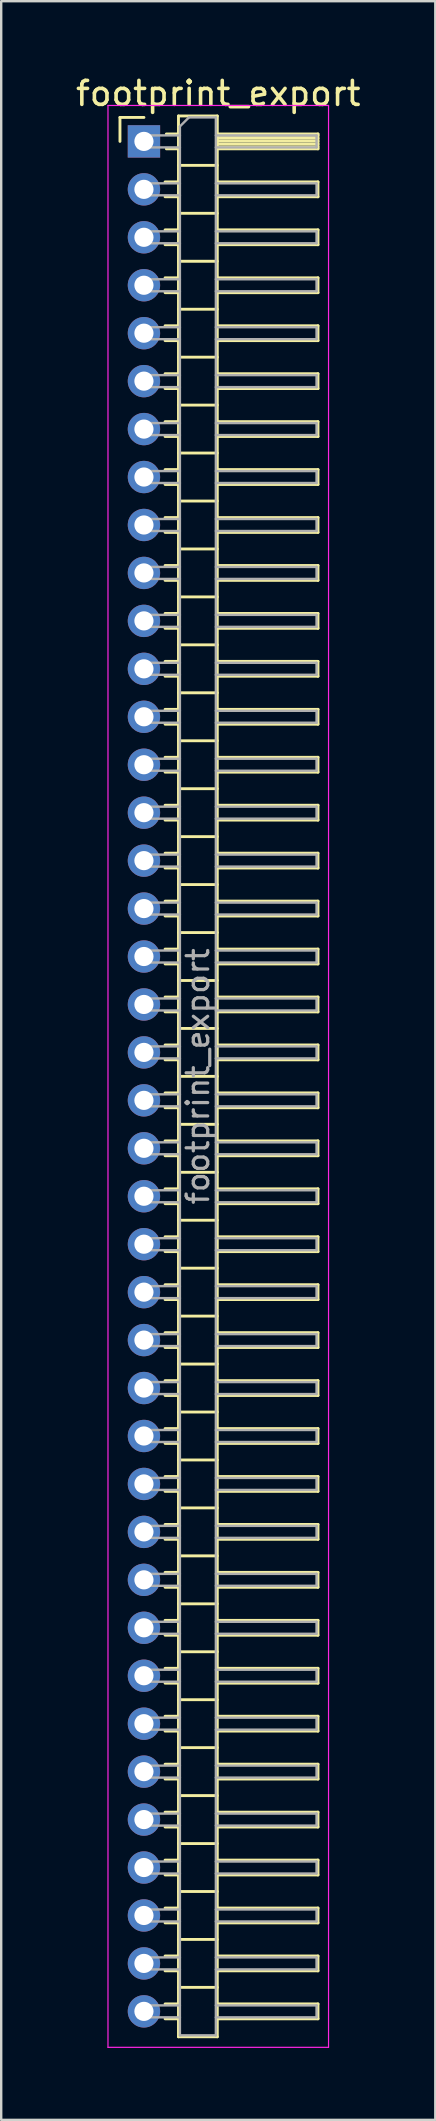
<source format=kicad_pcb>
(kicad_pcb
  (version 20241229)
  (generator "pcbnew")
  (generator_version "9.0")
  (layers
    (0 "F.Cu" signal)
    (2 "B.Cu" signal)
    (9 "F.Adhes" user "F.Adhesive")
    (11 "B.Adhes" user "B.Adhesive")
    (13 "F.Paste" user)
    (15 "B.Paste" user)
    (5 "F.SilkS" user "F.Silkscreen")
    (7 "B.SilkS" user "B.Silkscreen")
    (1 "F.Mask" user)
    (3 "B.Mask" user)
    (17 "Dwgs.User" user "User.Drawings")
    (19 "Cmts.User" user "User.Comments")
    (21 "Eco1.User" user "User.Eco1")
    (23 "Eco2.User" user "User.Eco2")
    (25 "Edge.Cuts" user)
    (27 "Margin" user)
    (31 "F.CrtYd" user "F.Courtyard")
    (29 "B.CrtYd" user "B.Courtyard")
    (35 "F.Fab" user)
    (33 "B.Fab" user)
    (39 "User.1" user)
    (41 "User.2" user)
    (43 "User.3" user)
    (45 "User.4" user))
  (footprint "footprint_export"
    (layer "F.Cu")
    (at 2.954 2.848)
    (property "Reference" "footprint_export" (at 3.1 -2 0) (layer "F.SilkS") (effects (font (size 1 1) (thickness 0.15))))
    (attr through_hole)
    (fp_line (start -1 -1) (end 0 -1) (stroke (width 0.12) (type solid)) (layer "F.SilkS"))
    (fp_line (start -1 0) (end -1 -1) (stroke (width 0.12) (type solid)) (layer "F.SilkS"))
    (fp_line (start 0.882 1.69) (end 1.44 1.69) (stroke (width 0.12) (type solid)) (layer "F.SilkS"))
    (fp_line (start 0.882 2.31) (end 1.44 2.31) (stroke (width 0.12) (type solid)) (layer "F.SilkS"))
    (fp_line (start 0.882 3.69) (end 1.44 3.69) (stroke (width 0.12) (type solid)) (layer "F.SilkS"))
    (fp_line (start 0.882 4.31) (end 1.44 4.31) (stroke (width 0.12) (type solid)) (layer "F.SilkS"))
    (fp_line (start 0.882 5.69) (end 1.44 5.69) (stroke (width 0.12) (type solid)) (layer "F.SilkS"))
    (fp_line (start 0.882 6.31) (end 1.44 6.31) (stroke (width 0.12) (type solid)) (layer "F.SilkS"))
    (fp_line (start 0.882 7.69) (end 1.44 7.69) (stroke (width 0.12) (type solid)) (layer "F.SilkS"))
    (fp_line (start 0.882 8.31) (end 1.44 8.31) (stroke (width 0.12) (type solid)) (layer "F.SilkS"))
    (fp_line (start 0.882 9.69) (end 1.44 9.69) (stroke (width 0.12) (type solid)) (layer "F.SilkS"))
    (fp_line (start 0.882 10.31) (end 1.44 10.31) (stroke (width 0.12) (type solid)) (layer "F.SilkS"))
    (fp_line (start 0.882 11.69) (end 1.44 11.69) (stroke (width 0.12) (type solid)) (layer "F.SilkS"))
    (fp_line (start 0.882 12.31) (end 1.44 12.31) (stroke (width 0.12) (type solid)) (layer "F.SilkS"))
    (fp_line (start 0.882 13.69) (end 1.44 13.69) (stroke (width 0.12) (type solid)) (layer "F.SilkS"))
    (fp_line (start 0.882 14.31) (end 1.44 14.31) (stroke (width 0.12) (type solid)) (layer "F.SilkS"))
    (fp_line (start 0.882 15.69) (end 1.44 15.69) (stroke (width 0.12) (type solid)) (layer "F.SilkS"))
    (fp_line (start 0.882 16.31) (end 1.44 16.31) (stroke (width 0.12) (type solid)) (layer "F.SilkS"))
    (fp_line (start 0.882 17.69) (end 1.44 17.69) (stroke (width 0.12) (type solid)) (layer "F.SilkS"))
    (fp_line (start 0.882 18.31) (end 1.44 18.31) (stroke (width 0.12) (type solid)) (layer "F.SilkS"))
    (fp_line (start 0.882 19.69) (end 1.44 19.69) (stroke (width 0.12) (type solid)) (layer "F.SilkS"))
    (fp_line (start 0.882 20.31) (end 1.44 20.31) (stroke (width 0.12) (type solid)) (layer "F.SilkS"))
    (fp_line (start 0.882 21.69) (end 1.44 21.69) (stroke (width 0.12) (type solid)) (layer "F.SilkS"))
    (fp_line (start 0.882 22.31) (end 1.44 22.31) (stroke (width 0.12) (type solid)) (layer "F.SilkS"))
    (fp_line (start 0.882 23.69) (end 1.44 23.69) (stroke (width 0.12) (type solid)) (layer "F.SilkS"))
    (fp_line (start 0.882 24.31) (end 1.44 24.31) (stroke (width 0.12) (type solid)) (layer "F.SilkS"))
    (fp_line (start 0.882 25.69) (end 1.44 25.69) (stroke (width 0.12) (type solid)) (layer "F.SilkS"))
    (fp_line (start 0.882 26.31) (end 1.44 26.31) (stroke (width 0.12) (type solid)) (layer "F.SilkS"))
    (fp_line (start 0.882 27.69) (end 1.44 27.69) (stroke (width 0.12) (type solid)) (layer "F.SilkS"))
    (fp_line (start 0.882 28.31) (end 1.44 28.31) (stroke (width 0.12) (type solid)) (layer "F.SilkS"))
    (fp_line (start 0.882 29.69) (end 1.44 29.69) (stroke (width 0.12) (type solid)) (layer "F.SilkS"))
    (fp_line (start 0.882 30.31) (end 1.44 30.31) (stroke (width 0.12) (type solid)) (layer "F.SilkS"))
    (fp_line (start 0.882 31.69) (end 1.44 31.69) (stroke (width 0.12) (type solid)) (layer "F.SilkS"))
    (fp_line (start 0.882 32.31) (end 1.44 32.31) (stroke (width 0.12) (type solid)) (layer "F.SilkS"))
    (fp_line (start 0.882 33.69) (end 1.44 33.69) (stroke (width 0.12) (type solid)) (layer "F.SilkS"))
    (fp_line (start 0.882 34.31) (end 1.44 34.31) (stroke (width 0.12) (type solid)) (layer "F.SilkS"))
    (fp_line (start 0.882 35.69) (end 1.44 35.69) (stroke (width 0.12) (type solid)) (layer "F.SilkS"))
    (fp_line (start 0.882 36.31) (end 1.44 36.31) (stroke (width 0.12) (type solid)) (layer "F.SilkS"))
    (fp_line (start 0.882 37.69) (end 1.44 37.69) (stroke (width 0.12) (type solid)) (layer "F.SilkS"))
    (fp_line (start 0.882 38.31) (end 1.44 38.31) (stroke (width 0.12) (type solid)) (layer "F.SilkS"))
    (fp_line (start 0.882 39.69) (end 1.44 39.69) (stroke (width 0.12) (type solid)) (layer "F.SilkS"))
    (fp_line (start 0.882 40.31) (end 1.44 40.31) (stroke (width 0.12) (type solid)) (layer "F.SilkS"))
    (fp_line (start 0.882 41.69) (end 1.44 41.69) (stroke (width 0.12) (type solid)) (layer "F.SilkS"))
    (fp_line (start 0.882 42.31) (end 1.44 42.31) (stroke (width 0.12) (type solid)) (layer "F.SilkS"))
    (fp_line (start 0.882 43.69) (end 1.44 43.69) (stroke (width 0.12) (type solid)) (layer "F.SilkS"))
    (fp_line (start 0.882 44.31) (end 1.44 44.31) (stroke (width 0.12) (type solid)) (layer "F.SilkS"))
    (fp_line (start 0.882 45.69) (end 1.44 45.69) (stroke (width 0.12) (type solid)) (layer "F.SilkS"))
    (fp_line (start 0.882 46.31) (end 1.44 46.31) (stroke (width 0.12) (type solid)) (layer "F.SilkS"))
    (fp_line (start 0.882 47.69) (end 1.44 47.69) (stroke (width 0.12) (type solid)) (layer "F.SilkS"))
    (fp_line (start 0.882 48.31) (end 1.44 48.31) (stroke (width 0.12) (type solid)) (layer "F.SilkS"))
    (fp_line (start 0.882 49.69) (end 1.44 49.69) (stroke (width 0.12) (type solid)) (layer "F.SilkS"))
    (fp_line (start 0.882 50.31) (end 1.44 50.31) (stroke (width 0.12) (type solid)) (layer "F.SilkS"))
    (fp_line (start 0.882 51.69) (end 1.44 51.69) (stroke (width 0.12) (type solid)) (layer "F.SilkS"))
    (fp_line (start 0.882 52.31) (end 1.44 52.31) (stroke (width 0.12) (type solid)) (layer "F.SilkS"))
    (fp_line (start 0.882 53.69) (end 1.44 53.69) (stroke (width 0.12) (type solid)) (layer "F.SilkS"))
    (fp_line (start 0.882 54.31) (end 1.44 54.31) (stroke (width 0.12) (type solid)) (layer "F.SilkS"))
    (fp_line (start 0.882 55.69) (end 1.44 55.69) (stroke (width 0.12) (type solid)) (layer "F.SilkS"))
    (fp_line (start 0.882 56.31) (end 1.44 56.31) (stroke (width 0.12) (type solid)) (layer "F.SilkS"))
    (fp_line (start 0.882 57.69) (end 1.44 57.69) (stroke (width 0.12) (type solid)) (layer "F.SilkS"))
    (fp_line (start 0.882 58.31) (end 1.44 58.31) (stroke (width 0.12) (type solid)) (layer "F.SilkS"))
    (fp_line (start 0.882 59.69) (end 1.44 59.69) (stroke (width 0.12) (type solid)) (layer "F.SilkS"))
    (fp_line (start 0.882 60.31) (end 1.44 60.31) (stroke (width 0.12) (type solid)) (layer "F.SilkS"))
    (fp_line (start 0.882 61.69) (end 1.44 61.69) (stroke (width 0.12) (type solid)) (layer "F.SilkS"))
    (fp_line (start 0.882 62.31) (end 1.44 62.31) (stroke (width 0.12) (type solid)) (layer "F.SilkS"))
    (fp_line (start 0.882 63.69) (end 1.44 63.69) (stroke (width 0.12) (type solid)) (layer "F.SilkS"))
    (fp_line (start 0.882 64.31) (end 1.44 64.31) (stroke (width 0.12) (type solid)) (layer "F.SilkS"))
    (fp_line (start 0.882 65.69) (end 1.44 65.69) (stroke (width 0.12) (type solid)) (layer "F.SilkS"))
    (fp_line (start 0.882 66.31) (end 1.44 66.31) (stroke (width 0.12) (type solid)) (layer "F.SilkS"))
    (fp_line (start 0.882 67.69) (end 1.44 67.69) (stroke (width 0.12) (type solid)) (layer "F.SilkS"))
    (fp_line (start 0.882 68.31) (end 1.44 68.31) (stroke (width 0.12) (type solid)) (layer "F.SilkS"))
    (fp_line (start 0.882 69.69) (end 1.44 69.69) (stroke (width 0.12) (type solid)) (layer "F.SilkS"))
    (fp_line (start 0.882 70.31) (end 1.44 70.31) (stroke (width 0.12) (type solid)) (layer "F.SilkS"))
    (fp_line (start 0.882 71.69) (end 1.44 71.69) (stroke (width 0.12) (type solid)) (layer "F.SilkS"))
    (fp_line (start 0.882 72.31) (end 1.44 72.31) (stroke (width 0.12) (type solid)) (layer "F.SilkS"))
    (fp_line (start 0.882 73.69) (end 1.44 73.69) (stroke (width 0.12) (type solid)) (layer "F.SilkS"))
    (fp_line (start 0.882 74.31) (end 1.44 74.31) (stroke (width 0.12) (type solid)) (layer "F.SilkS"))
    (fp_line (start 0.882 75.69) (end 1.44 75.69) (stroke (width 0.12) (type solid)) (layer "F.SilkS"))
    (fp_line (start 0.882 76.31) (end 1.44 76.31) (stroke (width 0.12) (type solid)) (layer "F.SilkS"))
    (fp_line (start 0.882 77.69) (end 1.44 77.69) (stroke (width 0.12) (type solid)) (layer "F.SilkS"))
    (fp_line (start 0.882 78.31) (end 1.44 78.31) (stroke (width 0.12) (type solid)) (layer "F.SilkS"))
    (fp_line (start 0.935 -0.31) (end 1.44 -0.31) (stroke (width 0.12) (type solid)) (layer "F.SilkS"))
    (fp_line (start 0.935 0.31) (end 1.44 0.31) (stroke (width 0.12) (type solid)) (layer "F.SilkS"))
    (fp_line (start 1.44 -1.06) (end 1.44 79.06) (stroke (width 0.12) (type solid)) (layer "F.SilkS"))
    (fp_line (start 1.44 1) (end 3.06 1) (stroke (width 0.12) (type solid)) (layer "F.SilkS"))
    (fp_line (start 1.44 3) (end 3.06 3) (stroke (width 0.12) (type solid)) (layer "F.SilkS"))
    (fp_line (start 1.44 5) (end 3.06 5) (stroke (width 0.12) (type solid)) (layer "F.SilkS"))
    (fp_line (start 1.44 7) (end 3.06 7) (stroke (width 0.12) (type solid)) (layer "F.SilkS"))
    (fp_line (start 1.44 9) (end 3.06 9) (stroke (width 0.12) (type solid)) (layer "F.SilkS"))
    (fp_line (start 1.44 11) (end 3.06 11) (stroke (width 0.12) (type solid)) (layer "F.SilkS"))
    (fp_line (start 1.44 13) (end 3.06 13) (stroke (width 0.12) (type solid)) (layer "F.SilkS"))
    (fp_line (start 1.44 15) (end 3.06 15) (stroke (width 0.12) (type solid)) (layer "F.SilkS"))
    (fp_line (start 1.44 17) (end 3.06 17) (stroke (width 0.12) (type solid)) (layer "F.SilkS"))
    (fp_line (start 1.44 19) (end 3.06 19) (stroke (width 0.12) (type solid)) (layer "F.SilkS"))
    (fp_line (start 1.44 21) (end 3.06 21) (stroke (width 0.12) (type solid)) (layer "F.SilkS"))
    (fp_line (start 1.44 23) (end 3.06 23) (stroke (width 0.12) (type solid)) (layer "F.SilkS"))
    (fp_line (start 1.44 25) (end 3.06 25) (stroke (width 0.12) (type solid)) (layer "F.SilkS"))
    (fp_line (start 1.44 27) (end 3.06 27) (stroke (width 0.12) (type solid)) (layer "F.SilkS"))
    (fp_line (start 1.44 29) (end 3.06 29) (stroke (width 0.12) (type solid)) (layer "F.SilkS"))
    (fp_line (start 1.44 31) (end 3.06 31) (stroke (width 0.12) (type solid)) (layer "F.SilkS"))
    (fp_line (start 1.44 33) (end 3.06 33) (stroke (width 0.12) (type solid)) (layer "F.SilkS"))
    (fp_line (start 1.44 35) (end 3.06 35) (stroke (width 0.12) (type solid)) (layer "F.SilkS"))
    (fp_line (start 1.44 37) (end 3.06 37) (stroke (width 0.12) (type solid)) (layer "F.SilkS"))
    (fp_line (start 1.44 39) (end 3.06 39) (stroke (width 0.12) (type solid)) (layer "F.SilkS"))
    (fp_line (start 1.44 41) (end 3.06 41) (stroke (width 0.12) (type solid)) (layer "F.SilkS"))
    (fp_line (start 1.44 43) (end 3.06 43) (stroke (width 0.12) (type solid)) (layer "F.SilkS"))
    (fp_line (start 1.44 45) (end 3.06 45) (stroke (width 0.12) (type solid)) (layer "F.SilkS"))
    (fp_line (start 1.44 47) (end 3.06 47) (stroke (width 0.12) (type solid)) (layer "F.SilkS"))
    (fp_line (start 1.44 49) (end 3.06 49) (stroke (width 0.12) (type solid)) (layer "F.SilkS"))
    (fp_line (start 1.44 51) (end 3.06 51) (stroke (width 0.12) (type solid)) (layer "F.SilkS"))
    (fp_line (start 1.44 53) (end 3.06 53) (stroke (width 0.12) (type solid)) (layer "F.SilkS"))
    (fp_line (start 1.44 55) (end 3.06 55) (stroke (width 0.12) (type solid)) (layer "F.SilkS"))
    (fp_line (start 1.44 57) (end 3.06 57) (stroke (width 0.12) (type solid)) (layer "F.SilkS"))
    (fp_line (start 1.44 59) (end 3.06 59) (stroke (width 0.12) (type solid)) (layer "F.SilkS"))
    (fp_line (start 1.44 61) (end 3.06 61) (stroke (width 0.12) (type solid)) (layer "F.SilkS"))
    (fp_line (start 1.44 63) (end 3.06 63) (stroke (width 0.12) (type solid)) (layer "F.SilkS"))
    (fp_line (start 1.44 65) (end 3.06 65) (stroke (width 0.12) (type solid)) (layer "F.SilkS"))
    (fp_line (start 1.44 67) (end 3.06 67) (stroke (width 0.12) (type solid)) (layer "F.SilkS"))
    (fp_line (start 1.44 69) (end 3.06 69) (stroke (width 0.12) (type solid)) (layer "F.SilkS"))
    (fp_line (start 1.44 71) (end 3.06 71) (stroke (width 0.12) (type solid)) (layer "F.SilkS"))
    (fp_line (start 1.44 73) (end 3.06 73) (stroke (width 0.12) (type solid)) (layer "F.SilkS"))
    (fp_line (start 1.44 75) (end 3.06 75) (stroke (width 0.12) (type solid)) (layer "F.SilkS"))
    (fp_line (start 1.44 77) (end 3.06 77) (stroke (width 0.12) (type solid)) (layer "F.SilkS"))
    (fp_line (start 1.44 79.06) (end 3.06 79.06) (stroke (width 0.12) (type solid)) (layer "F.SilkS"))
    (fp_line (start 3.06 -1.06) (end 1.44 -1.06) (stroke (width 0.12) (type solid)) (layer "F.SilkS"))
    (fp_line (start 3.06 -0.31) (end 7.26 -0.31) (stroke (width 0.12) (type solid)) (layer "F.SilkS"))
    (fp_line (start 3.06 -0.25) (end 7.26 -0.25) (stroke (width 0.12) (type solid)) (layer "F.SilkS"))
    (fp_line (start 3.06 -0.13) (end 7.26 -0.13) (stroke (width 0.12) (type solid)) (layer "F.SilkS"))
    (fp_line (start 3.06 -0.01) (end 7.26 -0.01) (stroke (width 0.12) (type solid)) (layer "F.SilkS"))
    (fp_line (start 3.06 0.11) (end 7.26 0.11) (stroke (width 0.12) (type solid)) (layer "F.SilkS"))
    (fp_line (start 3.06 0.23) (end 7.26 0.23) (stroke (width 0.12) (type solid)) (layer "F.SilkS"))
    (fp_line (start 3.06 1.69) (end 7.26 1.69) (stroke (width 0.12) (type solid)) (layer "F.SilkS"))
    (fp_line (start 3.06 3.69) (end 7.26 3.69) (stroke (width 0.12) (type solid)) (layer "F.SilkS"))
    (fp_line (start 3.06 5.69) (end 7.26 5.69) (stroke (width 0.12) (type solid)) (layer "F.SilkS"))
    (fp_line (start 3.06 7.69) (end 7.26 7.69) (stroke (width 0.12) (type solid)) (layer "F.SilkS"))
    (fp_line (start 3.06 9.69) (end 7.26 9.69) (stroke (width 0.12) (type solid)) (layer "F.SilkS"))
    (fp_line (start 3.06 11.69) (end 7.26 11.69) (stroke (width 0.12) (type solid)) (layer "F.SilkS"))
    (fp_line (start 3.06 13.69) (end 7.26 13.69) (stroke (width 0.12) (type solid)) (layer "F.SilkS"))
    (fp_line (start 3.06 15.69) (end 7.26 15.69) (stroke (width 0.12) (type solid)) (layer "F.SilkS"))
    (fp_line (start 3.06 17.69) (end 7.26 17.69) (stroke (width 0.12) (type solid)) (layer "F.SilkS"))
    (fp_line (start 3.06 19.69) (end 7.26 19.69) (stroke (width 0.12) (type solid)) (layer "F.SilkS"))
    (fp_line (start 3.06 21.69) (end 7.26 21.69) (stroke (width 0.12) (type solid)) (layer "F.SilkS"))
    (fp_line (start 3.06 23.69) (end 7.26 23.69) (stroke (width 0.12) (type solid)) (layer "F.SilkS"))
    (fp_line (start 3.06 25.69) (end 7.26 25.69) (stroke (width 0.12) (type solid)) (layer "F.SilkS"))
    (fp_line (start 3.06 27.69) (end 7.26 27.69) (stroke (width 0.12) (type solid)) (layer "F.SilkS"))
    (fp_line (start 3.06 29.69) (end 7.26 29.69) (stroke (width 0.12) (type solid)) (layer "F.SilkS"))
    (fp_line (start 3.06 31.69) (end 7.26 31.69) (stroke (width 0.12) (type solid)) (layer "F.SilkS"))
    (fp_line (start 3.06 33.69) (end 7.26 33.69) (stroke (width 0.12) (type solid)) (layer "F.SilkS"))
    (fp_line (start 3.06 35.69) (end 7.26 35.69) (stroke (width 0.12) (type solid)) (layer "F.SilkS"))
    (fp_line (start 3.06 37.69) (end 7.26 37.69) (stroke (width 0.12) (type solid)) (layer "F.SilkS"))
    (fp_line (start 3.06 39.69) (end 7.26 39.69) (stroke (width 0.12) (type solid)) (layer "F.SilkS"))
    (fp_line (start 3.06 41.69) (end 7.26 41.69) (stroke (width 0.12) (type solid)) (layer "F.SilkS"))
    (fp_line (start 3.06 43.69) (end 7.26 43.69) (stroke (width 0.12) (type solid)) (layer "F.SilkS"))
    (fp_line (start 3.06 45.69) (end 7.26 45.69) (stroke (width 0.12) (type solid)) (layer "F.SilkS"))
    (fp_line (start 3.06 47.69) (end 7.26 47.69) (stroke (width 0.12) (type solid)) (layer "F.SilkS"))
    (fp_line (start 3.06 49.69) (end 7.26 49.69) (stroke (width 0.12) (type solid)) (layer "F.SilkS"))
    (fp_line (start 3.06 51.69) (end 7.26 51.69) (stroke (width 0.12) (type solid)) (layer "F.SilkS"))
    (fp_line (start 3.06 53.69) (end 7.26 53.69) (stroke (width 0.12) (type solid)) (layer "F.SilkS"))
    (fp_line (start 3.06 55.69) (end 7.26 55.69) (stroke (width 0.12) (type solid)) (layer "F.SilkS"))
    (fp_line (start 3.06 57.69) (end 7.26 57.69) (stroke (width 0.12) (type solid)) (layer "F.SilkS"))
    (fp_line (start 3.06 59.69) (end 7.26 59.69) (stroke (width 0.12) (type solid)) (layer "F.SilkS"))
    (fp_line (start 3.06 61.69) (end 7.26 61.69) (stroke (width 0.12) (type solid)) (layer "F.SilkS"))
    (fp_line (start 3.06 63.69) (end 7.26 63.69) (stroke (width 0.12) (type solid)) (layer "F.SilkS"))
    (fp_line (start 3.06 65.69) (end 7.26 65.69) (stroke (width 0.12) (type solid)) (layer "F.SilkS"))
    (fp_line (start 3.06 67.69) (end 7.26 67.69) (stroke (width 0.12) (type solid)) (layer "F.SilkS"))
    (fp_line (start 3.06 69.69) (end 7.26 69.69) (stroke (width 0.12) (type solid)) (layer "F.SilkS"))
    (fp_line (start 3.06 71.69) (end 7.26 71.69) (stroke (width 0.12) (type solid)) (layer "F.SilkS"))
    (fp_line (start 3.06 73.69) (end 7.26 73.69) (stroke (width 0.12) (type solid)) (layer "F.SilkS"))
    (fp_line (start 3.06 75.69) (end 7.26 75.69) (stroke (width 0.12) (type solid)) (layer "F.SilkS"))
    (fp_line (start 3.06 77.69) (end 7.26 77.69) (stroke (width 0.12) (type solid)) (layer "F.SilkS"))
    (fp_line (start 3.06 79.06) (end 3.06 -1.06) (stroke (width 0.12) (type solid)) (layer "F.SilkS"))
    (fp_line (start 7.26 -0.31) (end 7.26 0.31) (stroke (width 0.12) (type solid)) (layer "F.SilkS"))
    (fp_line (start 7.26 0.31) (end 3.06 0.31) (stroke (width 0.12) (type solid)) (layer "F.SilkS"))
    (fp_line (start 7.26 1.69) (end 7.26 2.31) (stroke (width 0.12) (type solid)) (layer "F.SilkS"))
    (fp_line (start 7.26 2.31) (end 3.06 2.31) (stroke (width 0.12) (type solid)) (layer "F.SilkS"))
    (fp_line (start 7.26 3.69) (end 7.26 4.31) (stroke (width 0.12) (type solid)) (layer "F.SilkS"))
    (fp_line (start 7.26 4.31) (end 3.06 4.31) (stroke (width 0.12) (type solid)) (layer "F.SilkS"))
    (fp_line (start 7.26 5.69) (end 7.26 6.31) (stroke (width 0.12) (type solid)) (layer "F.SilkS"))
    (fp_line (start 7.26 6.31) (end 3.06 6.31) (stroke (width 0.12) (type solid)) (layer "F.SilkS"))
    (fp_line (start 7.26 7.69) (end 7.26 8.31) (stroke (width 0.12) (type solid)) (layer "F.SilkS"))
    (fp_line (start 7.26 8.31) (end 3.06 8.31) (stroke (width 0.12) (type solid)) (layer "F.SilkS"))
    (fp_line (start 7.26 9.69) (end 7.26 10.31) (stroke (width 0.12) (type solid)) (layer "F.SilkS"))
    (fp_line (start 7.26 10.31) (end 3.06 10.31) (stroke (width 0.12) (type solid)) (layer "F.SilkS"))
    (fp_line (start 7.26 11.69) (end 7.26 12.31) (stroke (width 0.12) (type solid)) (layer "F.SilkS"))
    (fp_line (start 7.26 12.31) (end 3.06 12.31) (stroke (width 0.12) (type solid)) (layer "F.SilkS"))
    (fp_line (start 7.26 13.69) (end 7.26 14.31) (stroke (width 0.12) (type solid)) (layer "F.SilkS"))
    (fp_line (start 7.26 14.31) (end 3.06 14.31) (stroke (width 0.12) (type solid)) (layer "F.SilkS"))
    (fp_line (start 7.26 15.69) (end 7.26 16.31) (stroke (width 0.12) (type solid)) (layer "F.SilkS"))
    (fp_line (start 7.26 16.31) (end 3.06 16.31) (stroke (width 0.12) (type solid)) (layer "F.SilkS"))
    (fp_line (start 7.26 17.69) (end 7.26 18.31) (stroke (width 0.12) (type solid)) (layer "F.SilkS"))
    (fp_line (start 7.26 18.31) (end 3.06 18.31) (stroke (width 0.12) (type solid)) (layer "F.SilkS"))
    (fp_line (start 7.26 19.69) (end 7.26 20.31) (stroke (width 0.12) (type solid)) (layer "F.SilkS"))
    (fp_line (start 7.26 20.31) (end 3.06 20.31) (stroke (width 0.12) (type solid)) (layer "F.SilkS"))
    (fp_line (start 7.26 21.69) (end 7.26 22.31) (stroke (width 0.12) (type solid)) (layer "F.SilkS"))
    (fp_line (start 7.26 22.31) (end 3.06 22.31) (stroke (width 0.12) (type solid)) (layer "F.SilkS"))
    (fp_line (start 7.26 23.69) (end 7.26 24.31) (stroke (width 0.12) (type solid)) (layer "F.SilkS"))
    (fp_line (start 7.26 24.31) (end 3.06 24.31) (stroke (width 0.12) (type solid)) (layer "F.SilkS"))
    (fp_line (start 7.26 25.69) (end 7.26 26.31) (stroke (width 0.12) (type solid)) (layer "F.SilkS"))
    (fp_line (start 7.26 26.31) (end 3.06 26.31) (stroke (width 0.12) (type solid)) (layer "F.SilkS"))
    (fp_line (start 7.26 27.69) (end 7.26 28.31) (stroke (width 0.12) (type solid)) (layer "F.SilkS"))
    (fp_line (start 7.26 28.31) (end 3.06 28.31) (stroke (width 0.12) (type solid)) (layer "F.SilkS"))
    (fp_line (start 7.26 29.69) (end 7.26 30.31) (stroke (width 0.12) (type solid)) (layer "F.SilkS"))
    (fp_line (start 7.26 30.31) (end 3.06 30.31) (stroke (width 0.12) (type solid)) (layer "F.SilkS"))
    (fp_line (start 7.26 31.69) (end 7.26 32.31) (stroke (width 0.12) (type solid)) (layer "F.SilkS"))
    (fp_line (start 7.26 32.31) (end 3.06 32.31) (stroke (width 0.12) (type solid)) (layer "F.SilkS"))
    (fp_line (start 7.26 33.69) (end 7.26 34.31) (stroke (width 0.12) (type solid)) (layer "F.SilkS"))
    (fp_line (start 7.26 34.31) (end 3.06 34.31) (stroke (width 0.12) (type solid)) (layer "F.SilkS"))
    (fp_line (start 7.26 35.69) (end 7.26 36.31) (stroke (width 0.12) (type solid)) (layer "F.SilkS"))
    (fp_line (start 7.26 36.31) (end 3.06 36.31) (stroke (width 0.12) (type solid)) (layer "F.SilkS"))
    (fp_line (start 7.26 37.69) (end 7.26 38.31) (stroke (width 0.12) (type solid)) (layer "F.SilkS"))
    (fp_line (start 7.26 38.31) (end 3.06 38.31) (stroke (width 0.12) (type solid)) (layer "F.SilkS"))
    (fp_line (start 7.26 39.69) (end 7.26 40.31) (stroke (width 0.12) (type solid)) (layer "F.SilkS"))
    (fp_line (start 7.26 40.31) (end 3.06 40.31) (stroke (width 0.12) (type solid)) (layer "F.SilkS"))
    (fp_line (start 7.26 41.69) (end 7.26 42.31) (stroke (width 0.12) (type solid)) (layer "F.SilkS"))
    (fp_line (start 7.26 42.31) (end 3.06 42.31) (stroke (width 0.12) (type solid)) (layer "F.SilkS"))
    (fp_line (start 7.26 43.69) (end 7.26 44.31) (stroke (width 0.12) (type solid)) (layer "F.SilkS"))
    (fp_line (start 7.26 44.31) (end 3.06 44.31) (stroke (width 0.12) (type solid)) (layer "F.SilkS"))
    (fp_line (start 7.26 45.69) (end 7.26 46.31) (stroke (width 0.12) (type solid)) (layer "F.SilkS"))
    (fp_line (start 7.26 46.31) (end 3.06 46.31) (stroke (width 0.12) (type solid)) (layer "F.SilkS"))
    (fp_line (start 7.26 47.69) (end 7.26 48.31) (stroke (width 0.12) (type solid)) (layer "F.SilkS"))
    (fp_line (start 7.26 48.31) (end 3.06 48.31) (stroke (width 0.12) (type solid)) (layer "F.SilkS"))
    (fp_line (start 7.26 49.69) (end 7.26 50.31) (stroke (width 0.12) (type solid)) (layer "F.SilkS"))
    (fp_line (start 7.26 50.31) (end 3.06 50.31) (stroke (width 0.12) (type solid)) (layer "F.SilkS"))
    (fp_line (start 7.26 51.69) (end 7.26 52.31) (stroke (width 0.12) (type solid)) (layer "F.SilkS"))
    (fp_line (start 7.26 52.31) (end 3.06 52.31) (stroke (width 0.12) (type solid)) (layer "F.SilkS"))
    (fp_line (start 7.26 53.69) (end 7.26 54.31) (stroke (width 0.12) (type solid)) (layer "F.SilkS"))
    (fp_line (start 7.26 54.31) (end 3.06 54.31) (stroke (width 0.12) (type solid)) (layer "F.SilkS"))
    (fp_line (start 7.26 55.69) (end 7.26 56.31) (stroke (width 0.12) (type solid)) (layer "F.SilkS"))
    (fp_line (start 7.26 56.31) (end 3.06 56.31) (stroke (width 0.12) (type solid)) (layer "F.SilkS"))
    (fp_line (start 7.26 57.69) (end 7.26 58.31) (stroke (width 0.12) (type solid)) (layer "F.SilkS"))
    (fp_line (start 7.26 58.31) (end 3.06 58.31) (stroke (width 0.12) (type solid)) (layer "F.SilkS"))
    (fp_line (start 7.26 59.69) (end 7.26 60.31) (stroke (width 0.12) (type solid)) (layer "F.SilkS"))
    (fp_line (start 7.26 60.31) (end 3.06 60.31) (stroke (width 0.12) (type solid)) (layer "F.SilkS"))
    (fp_line (start 7.26 61.69) (end 7.26 62.31) (stroke (width 0.12) (type solid)) (layer "F.SilkS"))
    (fp_line (start 7.26 62.31) (end 3.06 62.31) (stroke (width 0.12) (type solid)) (layer "F.SilkS"))
    (fp_line (start 7.26 63.69) (end 7.26 64.31) (stroke (width 0.12) (type solid)) (layer "F.SilkS"))
    (fp_line (start 7.26 64.31) (end 3.06 64.31) (stroke (width 0.12) (type solid)) (layer "F.SilkS"))
    (fp_line (start 7.26 65.69) (end 7.26 66.31) (stroke (width 0.12) (type solid)) (layer "F.SilkS"))
    (fp_line (start 7.26 66.31) (end 3.06 66.31) (stroke (width 0.12) (type solid)) (layer "F.SilkS"))
    (fp_line (start 7.26 67.69) (end 7.26 68.31) (stroke (width 0.12) (type solid)) (layer "F.SilkS"))
    (fp_line (start 7.26 68.31) (end 3.06 68.31) (stroke (width 0.12) (type solid)) (layer "F.SilkS"))
    (fp_line (start 7.26 69.69) (end 7.26 70.31) (stroke (width 0.12) (type solid)) (layer "F.SilkS"))
    (fp_line (start 7.26 70.31) (end 3.06 70.31) (stroke (width 0.12) (type solid)) (layer "F.SilkS"))
    (fp_line (start 7.26 71.69) (end 7.26 72.31) (stroke (width 0.12) (type solid)) (layer "F.SilkS"))
    (fp_line (start 7.26 72.31) (end 3.06 72.31) (stroke (width 0.12) (type solid)) (layer "F.SilkS"))
    (fp_line (start 7.26 73.69) (end 7.26 74.31) (stroke (width 0.12) (type solid)) (layer "F.SilkS"))
    (fp_line (start 7.26 74.31) (end 3.06 74.31) (stroke (width 0.12) (type solid)) (layer "F.SilkS"))
    (fp_line (start 7.26 75.69) (end 7.26 76.31) (stroke (width 0.12) (type solid)) (layer "F.SilkS"))
    (fp_line (start 7.26 76.31) (end 3.06 76.31) (stroke (width 0.12) (type solid)) (layer "F.SilkS"))
    (fp_line (start 7.26 77.69) (end 7.26 78.31) (stroke (width 0.12) (type solid)) (layer "F.SilkS"))
    (fp_line (start 7.26 78.31) (end 3.06 78.31) (stroke (width 0.12) (type solid)) (layer "F.SilkS"))
    (fp_line (start -1.5 -1.5) (end -1.5 79.5) (stroke (width 0.05) (type solid)) (layer "F.CrtYd"))
    (fp_line (start -1.5 79.5) (end 7.7 79.5) (stroke (width 0.05) (type solid)) (layer "F.CrtYd"))
    (fp_line (start 7.7 -1.5) (end -1.5 -1.5) (stroke (width 0.05) (type solid)) (layer "F.CrtYd"))
    (fp_line (start 7.7 79.5) (end 7.7 -1.5) (stroke (width 0.05) (type solid)) (layer "F.CrtYd"))
    (fp_line (start -0.25 -0.25) (end -0.25 0.25) (stroke (width 0.1) (type solid)) (layer "F.Fab"))
    (fp_line (start -0.25 -0.25) (end 1.5 -0.25) (stroke (width 0.1) (type solid)) (layer "F.Fab"))
    (fp_line (start -0.25 0.25) (end 1.5 0.25) (stroke (width 0.1) (type solid)) (layer "F.Fab"))
    (fp_line (start -0.25 1.75) (end -0.25 2.25) (stroke (width 0.1) (type solid)) (layer "F.Fab"))
    (fp_line (start -0.25 1.75) (end 1.5 1.75) (stroke (width 0.1) (type solid)) (layer "F.Fab"))
    (fp_line (start -0.25 2.25) (end 1.5 2.25) (stroke (width 0.1) (type solid)) (layer "F.Fab"))
    (fp_line (start -0.25 3.75) (end -0.25 4.25) (stroke (width 0.1) (type solid)) (layer "F.Fab"))
    (fp_line (start -0.25 3.75) (end 1.5 3.75) (stroke (width 0.1) (type solid)) (layer "F.Fab"))
    (fp_line (start -0.25 4.25) (end 1.5 4.25) (stroke (width 0.1) (type solid)) (layer "F.Fab"))
    (fp_line (start -0.25 5.75) (end -0.25 6.25) (stroke (width 0.1) (type solid)) (layer "F.Fab"))
    (fp_line (start -0.25 5.75) (end 1.5 5.75) (stroke (width 0.1) (type solid)) (layer "F.Fab"))
    (fp_line (start -0.25 6.25) (end 1.5 6.25) (stroke (width 0.1) (type solid)) (layer "F.Fab"))
    (fp_line (start -0.25 7.75) (end -0.25 8.25) (stroke (width 0.1) (type solid)) (layer "F.Fab"))
    (fp_line (start -0.25 7.75) (end 1.5 7.75) (stroke (width 0.1) (type solid)) (layer "F.Fab"))
    (fp_line (start -0.25 8.25) (end 1.5 8.25) (stroke (width 0.1) (type solid)) (layer "F.Fab"))
    (fp_line (start -0.25 9.75) (end -0.25 10.25) (stroke (width 0.1) (type solid)) (layer "F.Fab"))
    (fp_line (start -0.25 9.75) (end 1.5 9.75) (stroke (width 0.1) (type solid)) (layer "F.Fab"))
    (fp_line (start -0.25 10.25) (end 1.5 10.25) (stroke (width 0.1) (type solid)) (layer "F.Fab"))
    (fp_line (start -0.25 11.75) (end -0.25 12.25) (stroke (width 0.1) (type solid)) (layer "F.Fab"))
    (fp_line (start -0.25 11.75) (end 1.5 11.75) (stroke (width 0.1) (type solid)) (layer "F.Fab"))
    (fp_line (start -0.25 12.25) (end 1.5 12.25) (stroke (width 0.1) (type solid)) (layer "F.Fab"))
    (fp_line (start -0.25 13.75) (end -0.25 14.25) (stroke (width 0.1) (type solid)) (layer "F.Fab"))
    (fp_line (start -0.25 13.75) (end 1.5 13.75) (stroke (width 0.1) (type solid)) (layer "F.Fab"))
    (fp_line (start -0.25 14.25) (end 1.5 14.25) (stroke (width 0.1) (type solid)) (layer "F.Fab"))
    (fp_line (start -0.25 15.75) (end -0.25 16.25) (stroke (width 0.1) (type solid)) (layer "F.Fab"))
    (fp_line (start -0.25 15.75) (end 1.5 15.75) (stroke (width 0.1) (type solid)) (layer "F.Fab"))
    (fp_line (start -0.25 16.25) (end 1.5 16.25) (stroke (width 0.1) (type solid)) (layer "F.Fab"))
    (fp_line (start -0.25 17.75) (end -0.25 18.25) (stroke (width 0.1) (type solid)) (layer "F.Fab"))
    (fp_line (start -0.25 17.75) (end 1.5 17.75) (stroke (width 0.1) (type solid)) (layer "F.Fab"))
    (fp_line (start -0.25 18.25) (end 1.5 18.25) (stroke (width 0.1) (type solid)) (layer "F.Fab"))
    (fp_line (start -0.25 19.75) (end -0.25 20.25) (stroke (width 0.1) (type solid)) (layer "F.Fab"))
    (fp_line (start -0.25 19.75) (end 1.5 19.75) (stroke (width 0.1) (type solid)) (layer "F.Fab"))
    (fp_line (start -0.25 20.25) (end 1.5 20.25) (stroke (width 0.1) (type solid)) (layer "F.Fab"))
    (fp_line (start -0.25 21.75) (end -0.25 22.25) (stroke (width 0.1) (type solid)) (layer "F.Fab"))
    (fp_line (start -0.25 21.75) (end 1.5 21.75) (stroke (width 0.1) (type solid)) (layer "F.Fab"))
    (fp_line (start -0.25 22.25) (end 1.5 22.25) (stroke (width 0.1) (type solid)) (layer "F.Fab"))
    (fp_line (start -0.25 23.75) (end -0.25 24.25) (stroke (width 0.1) (type solid)) (layer "F.Fab"))
    (fp_line (start -0.25 23.75) (end 1.5 23.75) (stroke (width 0.1) (type solid)) (layer "F.Fab"))
    (fp_line (start -0.25 24.25) (end 1.5 24.25) (stroke (width 0.1) (type solid)) (layer "F.Fab"))
    (fp_line (start -0.25 25.75) (end -0.25 26.25) (stroke (width 0.1) (type solid)) (layer "F.Fab"))
    (fp_line (start -0.25 25.75) (end 1.5 25.75) (stroke (width 0.1) (type solid)) (layer "F.Fab"))
    (fp_line (start -0.25 26.25) (end 1.5 26.25) (stroke (width 0.1) (type solid)) (layer "F.Fab"))
    (fp_line (start -0.25 27.75) (end -0.25 28.25) (stroke (width 0.1) (type solid)) (layer "F.Fab"))
    (fp_line (start -0.25 27.75) (end 1.5 27.75) (stroke (width 0.1) (type solid)) (layer "F.Fab"))
    (fp_line (start -0.25 28.25) (end 1.5 28.25) (stroke (width 0.1) (type solid)) (layer "F.Fab"))
    (fp_line (start -0.25 29.75) (end -0.25 30.25) (stroke (width 0.1) (type solid)) (layer "F.Fab"))
    (fp_line (start -0.25 29.75) (end 1.5 29.75) (stroke (width 0.1) (type solid)) (layer "F.Fab"))
    (fp_line (start -0.25 30.25) (end 1.5 30.25) (stroke (width 0.1) (type solid)) (layer "F.Fab"))
    (fp_line (start -0.25 31.75) (end -0.25 32.25) (stroke (width 0.1) (type solid)) (layer "F.Fab"))
    (fp_line (start -0.25 31.75) (end 1.5 31.75) (stroke (width 0.1) (type solid)) (layer "F.Fab"))
    (fp_line (start -0.25 32.25) (end 1.5 32.25) (stroke (width 0.1) (type solid)) (layer "F.Fab"))
    (fp_line (start -0.25 33.75) (end -0.25 34.25) (stroke (width 0.1) (type solid)) (layer "F.Fab"))
    (fp_line (start -0.25 33.75) (end 1.5 33.75) (stroke (width 0.1) (type solid)) (layer "F.Fab"))
    (fp_line (start -0.25 34.25) (end 1.5 34.25) (stroke (width 0.1) (type solid)) (layer "F.Fab"))
    (fp_line (start -0.25 35.75) (end -0.25 36.25) (stroke (width 0.1) (type solid)) (layer "F.Fab"))
    (fp_line (start -0.25 35.75) (end 1.5 35.75) (stroke (width 0.1) (type solid)) (layer "F.Fab"))
    (fp_line (start -0.25 36.25) (end 1.5 36.25) (stroke (width 0.1) (type solid)) (layer "F.Fab"))
    (fp_line (start -0.25 37.75) (end -0.25 38.25) (stroke (width 0.1) (type solid)) (layer "F.Fab"))
    (fp_line (start -0.25 37.75) (end 1.5 37.75) (stroke (width 0.1) (type solid)) (layer "F.Fab"))
    (fp_line (start -0.25 38.25) (end 1.5 38.25) (stroke (width 0.1) (type solid)) (layer "F.Fab"))
    (fp_line (start -0.25 39.75) (end -0.25 40.25) (stroke (width 0.1) (type solid)) (layer "F.Fab"))
    (fp_line (start -0.25 39.75) (end 1.5 39.75) (stroke (width 0.1) (type solid)) (layer "F.Fab"))
    (fp_line (start -0.25 40.25) (end 1.5 40.25) (stroke (width 0.1) (type solid)) (layer "F.Fab"))
    (fp_line (start -0.25 41.75) (end -0.25 42.25) (stroke (width 0.1) (type solid)) (layer "F.Fab"))
    (fp_line (start -0.25 41.75) (end 1.5 41.75) (stroke (width 0.1) (type solid)) (layer "F.Fab"))
    (fp_line (start -0.25 42.25) (end 1.5 42.25) (stroke (width 0.1) (type solid)) (layer "F.Fab"))
    (fp_line (start -0.25 43.75) (end -0.25 44.25) (stroke (width 0.1) (type solid)) (layer "F.Fab"))
    (fp_line (start -0.25 43.75) (end 1.5 43.75) (stroke (width 0.1) (type solid)) (layer "F.Fab"))
    (fp_line (start -0.25 44.25) (end 1.5 44.25) (stroke (width 0.1) (type solid)) (layer "F.Fab"))
    (fp_line (start -0.25 45.75) (end -0.25 46.25) (stroke (width 0.1) (type solid)) (layer "F.Fab"))
    (fp_line (start -0.25 45.75) (end 1.5 45.75) (stroke (width 0.1) (type solid)) (layer "F.Fab"))
    (fp_line (start -0.25 46.25) (end 1.5 46.25) (stroke (width 0.1) (type solid)) (layer "F.Fab"))
    (fp_line (start -0.25 47.75) (end -0.25 48.25) (stroke (width 0.1) (type solid)) (layer "F.Fab"))
    (fp_line (start -0.25 47.75) (end 1.5 47.75) (stroke (width 0.1) (type solid)) (layer "F.Fab"))
    (fp_line (start -0.25 48.25) (end 1.5 48.25) (stroke (width 0.1) (type solid)) (layer "F.Fab"))
    (fp_line (start -0.25 49.75) (end -0.25 50.25) (stroke (width 0.1) (type solid)) (layer "F.Fab"))
    (fp_line (start -0.25 49.75) (end 1.5 49.75) (stroke (width 0.1) (type solid)) (layer "F.Fab"))
    (fp_line (start -0.25 50.25) (end 1.5 50.25) (stroke (width 0.1) (type solid)) (layer "F.Fab"))
    (fp_line (start -0.25 51.75) (end -0.25 52.25) (stroke (width 0.1) (type solid)) (layer "F.Fab"))
    (fp_line (start -0.25 51.75) (end 1.5 51.75) (stroke (width 0.1) (type solid)) (layer "F.Fab"))
    (fp_line (start -0.25 52.25) (end 1.5 52.25) (stroke (width 0.1) (type solid)) (layer "F.Fab"))
    (fp_line (start -0.25 53.75) (end -0.25 54.25) (stroke (width 0.1) (type solid)) (layer "F.Fab"))
    (fp_line (start -0.25 53.75) (end 1.5 53.75) (stroke (width 0.1) (type solid)) (layer "F.Fab"))
    (fp_line (start -0.25 54.25) (end 1.5 54.25) (stroke (width 0.1) (type solid)) (layer "F.Fab"))
    (fp_line (start -0.25 55.75) (end -0.25 56.25) (stroke (width 0.1) (type solid)) (layer "F.Fab"))
    (fp_line (start -0.25 55.75) (end 1.5 55.75) (stroke (width 0.1) (type solid)) (layer "F.Fab"))
    (fp_line (start -0.25 56.25) (end 1.5 56.25) (stroke (width 0.1) (type solid)) (layer "F.Fab"))
    (fp_line (start -0.25 57.75) (end -0.25 58.25) (stroke (width 0.1) (type solid)) (layer "F.Fab"))
    (fp_line (start -0.25 57.75) (end 1.5 57.75) (stroke (width 0.1) (type solid)) (layer "F.Fab"))
    (fp_line (start -0.25 58.25) (end 1.5 58.25) (stroke (width 0.1) (type solid)) (layer "F.Fab"))
    (fp_line (start -0.25 59.75) (end -0.25 60.25) (stroke (width 0.1) (type solid)) (layer "F.Fab"))
    (fp_line (start -0.25 59.75) (end 1.5 59.75) (stroke (width 0.1) (type solid)) (layer "F.Fab"))
    (fp_line (start -0.25 60.25) (end 1.5 60.25) (stroke (width 0.1) (type solid)) (layer "F.Fab"))
    (fp_line (start -0.25 61.75) (end -0.25 62.25) (stroke (width 0.1) (type solid)) (layer "F.Fab"))
    (fp_line (start -0.25 61.75) (end 1.5 61.75) (stroke (width 0.1) (type solid)) (layer "F.Fab"))
    (fp_line (start -0.25 62.25) (end 1.5 62.25) (stroke (width 0.1) (type solid)) (layer "F.Fab"))
    (fp_line (start -0.25 63.75) (end -0.25 64.25) (stroke (width 0.1) (type solid)) (layer "F.Fab"))
    (fp_line (start -0.25 63.75) (end 1.5 63.75) (stroke (width 0.1) (type solid)) (layer "F.Fab"))
    (fp_line (start -0.25 64.25) (end 1.5 64.25) (stroke (width 0.1) (type solid)) (layer "F.Fab"))
    (fp_line (start -0.25 65.75) (end -0.25 66.25) (stroke (width 0.1) (type solid)) (layer "F.Fab"))
    (fp_line (start -0.25 65.75) (end 1.5 65.75) (stroke (width 0.1) (type solid)) (layer "F.Fab"))
    (fp_line (start -0.25 66.25) (end 1.5 66.25) (stroke (width 0.1) (type solid)) (layer "F.Fab"))
    (fp_line (start -0.25 67.75) (end -0.25 68.25) (stroke (width 0.1) (type solid)) (layer "F.Fab"))
    (fp_line (start -0.25 67.75) (end 1.5 67.75) (stroke (width 0.1) (type solid)) (layer "F.Fab"))
    (fp_line (start -0.25 68.25) (end 1.5 68.25) (stroke (width 0.1) (type solid)) (layer "F.Fab"))
    (fp_line (start -0.25 69.75) (end -0.25 70.25) (stroke (width 0.1) (type solid)) (layer "F.Fab"))
    (fp_line (start -0.25 69.75) (end 1.5 69.75) (stroke (width 0.1) (type solid)) (layer "F.Fab"))
    (fp_line (start -0.25 70.25) (end 1.5 70.25) (stroke (width 0.1) (type solid)) (layer "F.Fab"))
    (fp_line (start -0.25 71.75) (end -0.25 72.25) (stroke (width 0.1) (type solid)) (layer "F.Fab"))
    (fp_line (start -0.25 71.75) (end 1.5 71.75) (stroke (width 0.1) (type solid)) (layer "F.Fab"))
    (fp_line (start -0.25 72.25) (end 1.5 72.25) (stroke (width 0.1) (type solid)) (layer "F.Fab"))
    (fp_line (start -0.25 73.75) (end -0.25 74.25) (stroke (width 0.1) (type solid)) (layer "F.Fab"))
    (fp_line (start -0.25 73.75) (end 1.5 73.75) (stroke (width 0.1) (type solid)) (layer "F.Fab"))
    (fp_line (start -0.25 74.25) (end 1.5 74.25) (stroke (width 0.1) (type solid)) (layer "F.Fab"))
    (fp_line (start -0.25 75.75) (end -0.25 76.25) (stroke (width 0.1) (type solid)) (layer "F.Fab"))
    (fp_line (start -0.25 75.75) (end 1.5 75.75) (stroke (width 0.1) (type solid)) (layer "F.Fab"))
    (fp_line (start -0.25 76.25) (end 1.5 76.25) (stroke (width 0.1) (type solid)) (layer "F.Fab"))
    (fp_line (start -0.25 77.75) (end -0.25 78.25) (stroke (width 0.1) (type solid)) (layer "F.Fab"))
    (fp_line (start -0.25 77.75) (end 1.5 77.75) (stroke (width 0.1) (type solid)) (layer "F.Fab"))
    (fp_line (start -0.25 78.25) (end 1.5 78.25) (stroke (width 0.1) (type solid)) (layer "F.Fab"))
    (fp_line (start 1.5 -0.625) (end 1.875 -1) (stroke (width 0.1) (type solid)) (layer "F.Fab"))
    (fp_line (start 1.5 79) (end 1.5 -0.625) (stroke (width 0.1) (type solid)) (layer "F.Fab"))
    (fp_line (start 1.875 -1) (end 3 -1) (stroke (width 0.1) (type solid)) (layer "F.Fab"))
    (fp_line (start 3 -1) (end 3 79) (stroke (width 0.1) (type solid)) (layer "F.Fab"))
    (fp_line (start 3 -0.25) (end 7.2 -0.25) (stroke (width 0.1) (type solid)) (layer "F.Fab"))
    (fp_line (start 3 0.25) (end 7.2 0.25) (stroke (width 0.1) (type solid)) (layer "F.Fab"))
    (fp_line (start 3 1.75) (end 7.2 1.75) (stroke (width 0.1) (type solid)) (layer "F.Fab"))
    (fp_line (start 3 2.25) (end 7.2 2.25) (stroke (width 0.1) (type solid)) (layer "F.Fab"))
    (fp_line (start 3 3.75) (end 7.2 3.75) (stroke (width 0.1) (type solid)) (layer "F.Fab"))
    (fp_line (start 3 4.25) (end 7.2 4.25) (stroke (width 0.1) (type solid)) (layer "F.Fab"))
    (fp_line (start 3 5.75) (end 7.2 5.75) (stroke (width 0.1) (type solid)) (layer "F.Fab"))
    (fp_line (start 3 6.25) (end 7.2 6.25) (stroke (width 0.1) (type solid)) (layer "F.Fab"))
    (fp_line (start 3 7.75) (end 7.2 7.75) (stroke (width 0.1) (type solid)) (layer "F.Fab"))
    (fp_line (start 3 8.25) (end 7.2 8.25) (stroke (width 0.1) (type solid)) (layer "F.Fab"))
    (fp_line (start 3 9.75) (end 7.2 9.75) (stroke (width 0.1) (type solid)) (layer "F.Fab"))
    (fp_line (start 3 10.25) (end 7.2 10.25) (stroke (width 0.1) (type solid)) (layer "F.Fab"))
    (fp_line (start 3 11.75) (end 7.2 11.75) (stroke (width 0.1) (type solid)) (layer "F.Fab"))
    (fp_line (start 3 12.25) (end 7.2 12.25) (stroke (width 0.1) (type solid)) (layer "F.Fab"))
    (fp_line (start 3 13.75) (end 7.2 13.75) (stroke (width 0.1) (type solid)) (layer "F.Fab"))
    (fp_line (start 3 14.25) (end 7.2 14.25) (stroke (width 0.1) (type solid)) (layer "F.Fab"))
    (fp_line (start 3 15.75) (end 7.2 15.75) (stroke (width 0.1) (type solid)) (layer "F.Fab"))
    (fp_line (start 3 16.25) (end 7.2 16.25) (stroke (width 0.1) (type solid)) (layer "F.Fab"))
    (fp_line (start 3 17.75) (end 7.2 17.75) (stroke (width 0.1) (type solid)) (layer "F.Fab"))
    (fp_line (start 3 18.25) (end 7.2 18.25) (stroke (width 0.1) (type solid)) (layer "F.Fab"))
    (fp_line (start 3 19.75) (end 7.2 19.75) (stroke (width 0.1) (type solid)) (layer "F.Fab"))
    (fp_line (start 3 20.25) (end 7.2 20.25) (stroke (width 0.1) (type solid)) (layer "F.Fab"))
    (fp_line (start 3 21.75) (end 7.2 21.75) (stroke (width 0.1) (type solid)) (layer "F.Fab"))
    (fp_line (start 3 22.25) (end 7.2 22.25) (stroke (width 0.1) (type solid)) (layer "F.Fab"))
    (fp_line (start 3 23.75) (end 7.2 23.75) (stroke (width 0.1) (type solid)) (layer "F.Fab"))
    (fp_line (start 3 24.25) (end 7.2 24.25) (stroke (width 0.1) (type solid)) (layer "F.Fab"))
    (fp_line (start 3 25.75) (end 7.2 25.75) (stroke (width 0.1) (type solid)) (layer "F.Fab"))
    (fp_line (start 3 26.25) (end 7.2 26.25) (stroke (width 0.1) (type solid)) (layer "F.Fab"))
    (fp_line (start 3 27.75) (end 7.2 27.75) (stroke (width 0.1) (type solid)) (layer "F.Fab"))
    (fp_line (start 3 28.25) (end 7.2 28.25) (stroke (width 0.1) (type solid)) (layer "F.Fab"))
    (fp_line (start 3 29.75) (end 7.2 29.75) (stroke (width 0.1) (type solid)) (layer "F.Fab"))
    (fp_line (start 3 30.25) (end 7.2 30.25) (stroke (width 0.1) (type solid)) (layer "F.Fab"))
    (fp_line (start 3 31.75) (end 7.2 31.75) (stroke (width 0.1) (type solid)) (layer "F.Fab"))
    (fp_line (start 3 32.25) (end 7.2 32.25) (stroke (width 0.1) (type solid)) (layer "F.Fab"))
    (fp_line (start 3 33.75) (end 7.2 33.75) (stroke (width 0.1) (type solid)) (layer "F.Fab"))
    (fp_line (start 3 34.25) (end 7.2 34.25) (stroke (width 0.1) (type solid)) (layer "F.Fab"))
    (fp_line (start 3 35.75) (end 7.2 35.75) (stroke (width 0.1) (type solid)) (layer "F.Fab"))
    (fp_line (start 3 36.25) (end 7.2 36.25) (stroke (width 0.1) (type solid)) (layer "F.Fab"))
    (fp_line (start 3 37.75) (end 7.2 37.75) (stroke (width 0.1) (type solid)) (layer "F.Fab"))
    (fp_line (start 3 38.25) (end 7.2 38.25) (stroke (width 0.1) (type solid)) (layer "F.Fab"))
    (fp_line (start 3 39.75) (end 7.2 39.75) (stroke (width 0.1) (type solid)) (layer "F.Fab"))
    (fp_line (start 3 40.25) (end 7.2 40.25) (stroke (width 0.1) (type solid)) (layer "F.Fab"))
    (fp_line (start 3 41.75) (end 7.2 41.75) (stroke (width 0.1) (type solid)) (layer "F.Fab"))
    (fp_line (start 3 42.25) (end 7.2 42.25) (stroke (width 0.1) (type solid)) (layer "F.Fab"))
    (fp_line (start 3 43.75) (end 7.2 43.75) (stroke (width 0.1) (type solid)) (layer "F.Fab"))
    (fp_line (start 3 44.25) (end 7.2 44.25) (stroke (width 0.1) (type solid)) (layer "F.Fab"))
    (fp_line (start 3 45.75) (end 7.2 45.75) (stroke (width 0.1) (type solid)) (layer "F.Fab"))
    (fp_line (start 3 46.25) (end 7.2 46.25) (stroke (width 0.1) (type solid)) (layer "F.Fab"))
    (fp_line (start 3 47.75) (end 7.2 47.75) (stroke (width 0.1) (type solid)) (layer "F.Fab"))
    (fp_line (start 3 48.25) (end 7.2 48.25) (stroke (width 0.1) (type solid)) (layer "F.Fab"))
    (fp_line (start 3 49.75) (end 7.2 49.75) (stroke (width 0.1) (type solid)) (layer "F.Fab"))
    (fp_line (start 3 50.25) (end 7.2 50.25) (stroke (width 0.1) (type solid)) (layer "F.Fab"))
    (fp_line (start 3 51.75) (end 7.2 51.75) (stroke (width 0.1) (type solid)) (layer "F.Fab"))
    (fp_line (start 3 52.25) (end 7.2 52.25) (stroke (width 0.1) (type solid)) (layer "F.Fab"))
    (fp_line (start 3 53.75) (end 7.2 53.75) (stroke (width 0.1) (type solid)) (layer "F.Fab"))
    (fp_line (start 3 54.25) (end 7.2 54.25) (stroke (width 0.1) (type solid)) (layer "F.Fab"))
    (fp_line (start 3 55.75) (end 7.2 55.75) (stroke (width 0.1) (type solid)) (layer "F.Fab"))
    (fp_line (start 3 56.25) (end 7.2 56.25) (stroke (width 0.1) (type solid)) (layer "F.Fab"))
    (fp_line (start 3 57.75) (end 7.2 57.75) (stroke (width 0.1) (type solid)) (layer "F.Fab"))
    (fp_line (start 3 58.25) (end 7.2 58.25) (stroke (width 0.1) (type solid)) (layer "F.Fab"))
    (fp_line (start 3 59.75) (end 7.2 59.75) (stroke (width 0.1) (type solid)) (layer "F.Fab"))
    (fp_line (start 3 60.25) (end 7.2 60.25) (stroke (width 0.1) (type solid)) (layer "F.Fab"))
    (fp_line (start 3 61.75) (end 7.2 61.75) (stroke (width 0.1) (type solid)) (layer "F.Fab"))
    (fp_line (start 3 62.25) (end 7.2 62.25) (stroke (width 0.1) (type solid)) (layer "F.Fab"))
    (fp_line (start 3 63.75) (end 7.2 63.75) (stroke (width 0.1) (type solid)) (layer "F.Fab"))
    (fp_line (start 3 64.25) (end 7.2 64.25) (stroke (width 0.1) (type solid)) (layer "F.Fab"))
    (fp_line (start 3 65.75) (end 7.2 65.75) (stroke (width 0.1) (type solid)) (layer "F.Fab"))
    (fp_line (start 3 66.25) (end 7.2 66.25) (stroke (width 0.1) (type solid)) (layer "F.Fab"))
    (fp_line (start 3 67.75) (end 7.2 67.75) (stroke (width 0.1) (type solid)) (layer "F.Fab"))
    (fp_line (start 3 68.25) (end 7.2 68.25) (stroke (width 0.1) (type solid)) (layer "F.Fab"))
    (fp_line (start 3 69.75) (end 7.2 69.75) (stroke (width 0.1) (type solid)) (layer "F.Fab"))
    (fp_line (start 3 70.25) (end 7.2 70.25) (stroke (width 0.1) (type solid)) (layer "F.Fab"))
    (fp_line (start 3 71.75) (end 7.2 71.75) (stroke (width 0.1) (type solid)) (layer "F.Fab"))
    (fp_line (start 3 72.25) (end 7.2 72.25) (stroke (width 0.1) (type solid)) (layer "F.Fab"))
    (fp_line (start 3 73.75) (end 7.2 73.75) (stroke (width 0.1) (type solid)) (layer "F.Fab"))
    (fp_line (start 3 74.25) (end 7.2 74.25) (stroke (width 0.1) (type solid)) (layer "F.Fab"))
    (fp_line (start 3 75.75) (end 7.2 75.75) (stroke (width 0.1) (type solid)) (layer "F.Fab"))
    (fp_line (start 3 76.25) (end 7.2 76.25) (stroke (width 0.1) (type solid)) (layer "F.Fab"))
    (fp_line (start 3 77.75) (end 7.2 77.75) (stroke (width 0.1) (type solid)) (layer "F.Fab"))
    (fp_line (start 3 78.25) (end 7.2 78.25) (stroke (width 0.1) (type solid)) (layer "F.Fab"))
    (fp_line (start 3 79) (end 1.5 79) (stroke (width 0.1) (type solid)) (layer "F.Fab"))
    (fp_line (start 7.2 -0.25) (end 7.2 0.25) (stroke (width 0.1) (type solid)) (layer "F.Fab"))
    (fp_line (start 7.2 1.75) (end 7.2 2.25) (stroke (width 0.1) (type solid)) (layer "F.Fab"))
    (fp_line (start 7.2 3.75) (end 7.2 4.25) (stroke (width 0.1) (type solid)) (layer "F.Fab"))
    (fp_line (start 7.2 5.75) (end 7.2 6.25) (stroke (width 0.1) (type solid)) (layer "F.Fab"))
    (fp_line (start 7.2 7.75) (end 7.2 8.25) (stroke (width 0.1) (type solid)) (layer "F.Fab"))
    (fp_line (start 7.2 9.75) (end 7.2 10.25) (stroke (width 0.1) (type solid)) (layer "F.Fab"))
    (fp_line (start 7.2 11.75) (end 7.2 12.25) (stroke (width 0.1) (type solid)) (layer "F.Fab"))
    (fp_line (start 7.2 13.75) (end 7.2 14.25) (stroke (width 0.1) (type solid)) (layer "F.Fab"))
    (fp_line (start 7.2 15.75) (end 7.2 16.25) (stroke (width 0.1) (type solid)) (layer "F.Fab"))
    (fp_line (start 7.2 17.75) (end 7.2 18.25) (stroke (width 0.1) (type solid)) (layer "F.Fab"))
    (fp_line (start 7.2 19.75) (end 7.2 20.25) (stroke (width 0.1) (type solid)) (layer "F.Fab"))
    (fp_line (start 7.2 21.75) (end 7.2 22.25) (stroke (width 0.1) (type solid)) (layer "F.Fab"))
    (fp_line (start 7.2 23.75) (end 7.2 24.25) (stroke (width 0.1) (type solid)) (layer "F.Fab"))
    (fp_line (start 7.2 25.75) (end 7.2 26.25) (stroke (width 0.1) (type solid)) (layer "F.Fab"))
    (fp_line (start 7.2 27.75) (end 7.2 28.25) (stroke (width 0.1) (type solid)) (layer "F.Fab"))
    (fp_line (start 7.2 29.75) (end 7.2 30.25) (stroke (width 0.1) (type solid)) (layer "F.Fab"))
    (fp_line (start 7.2 31.75) (end 7.2 32.25) (stroke (width 0.1) (type solid)) (layer "F.Fab"))
    (fp_line (start 7.2 33.75) (end 7.2 34.25) (stroke (width 0.1) (type solid)) (layer "F.Fab"))
    (fp_line (start 7.2 35.75) (end 7.2 36.25) (stroke (width 0.1) (type solid)) (layer "F.Fab"))
    (fp_line (start 7.2 37.75) (end 7.2 38.25) (stroke (width 0.1) (type solid)) (layer "F.Fab"))
    (fp_line (start 7.2 39.75) (end 7.2 40.25) (stroke (width 0.1) (type solid)) (layer "F.Fab"))
    (fp_line (start 7.2 41.75) (end 7.2 42.25) (stroke (width 0.1) (type solid)) (layer "F.Fab"))
    (fp_line (start 7.2 43.75) (end 7.2 44.25) (stroke (width 0.1) (type solid)) (layer "F.Fab"))
    (fp_line (start 7.2 45.75) (end 7.2 46.25) (stroke (width 0.1) (type solid)) (layer "F.Fab"))
    (fp_line (start 7.2 47.75) (end 7.2 48.25) (stroke (width 0.1) (type solid)) (layer "F.Fab"))
    (fp_line (start 7.2 49.75) (end 7.2 50.25) (stroke (width 0.1) (type solid)) (layer "F.Fab"))
    (fp_line (start 7.2 51.75) (end 7.2 52.25) (stroke (width 0.1) (type solid)) (layer "F.Fab"))
    (fp_line (start 7.2 53.75) (end 7.2 54.25) (stroke (width 0.1) (type solid)) (layer "F.Fab"))
    (fp_line (start 7.2 55.75) (end 7.2 56.25) (stroke (width 0.1) (type solid)) (layer "F.Fab"))
    (fp_line (start 7.2 57.75) (end 7.2 58.25) (stroke (width 0.1) (type solid)) (layer "F.Fab"))
    (fp_line (start 7.2 59.75) (end 7.2 60.25) (stroke (width 0.1) (type solid)) (layer "F.Fab"))
    (fp_line (start 7.2 61.75) (end 7.2 62.25) (stroke (width 0.1) (type solid)) (layer "F.Fab"))
    (fp_line (start 7.2 63.75) (end 7.2 64.25) (stroke (width 0.1) (type solid)) (layer "F.Fab"))
    (fp_line (start 7.2 65.75) (end 7.2 66.25) (stroke (width 0.1) (type solid)) (layer "F.Fab"))
    (fp_line (start 7.2 67.75) (end 7.2 68.25) (stroke (width 0.1) (type solid)) (layer "F.Fab"))
    (fp_line (start 7.2 69.75) (end 7.2 70.25) (stroke (width 0.1) (type solid)) (layer "F.Fab"))
    (fp_line (start 7.2 71.75) (end 7.2 72.25) (stroke (width 0.1) (type solid)) (layer "F.Fab"))
    (fp_line (start 7.2 73.75) (end 7.2 74.25) (stroke (width 0.1) (type solid)) (layer "F.Fab"))
    (fp_line (start 7.2 75.75) (end 7.2 76.25) (stroke (width 0.1) (type solid)) (layer "F.Fab"))
    (fp_line (start 7.2 77.75) (end 7.2 78.25) (stroke (width 0.1) (type solid)) (layer "F.Fab"))
    (fp_text user "${REFERENCE}" (at 2.25 39 90) (layer "F.Fab") (effects (font (size 0.9 0.9) (thickness 0.135))))
    (pad "1" thru_hole rect (at 0 0) (size 1.35 1.35) (drill 0.8) (layers "*.Cu" "*.Mask"))
    (pad "2" thru_hole oval (at 0 2) (size 1.35 1.35) (drill 0.8) (layers "*.Cu" "*.Mask"))
    (pad "3" thru_hole oval (at 0 4) (size 1.35 1.35) (drill 0.8) (layers "*.Cu" "*.Mask"))
    (pad "4" thru_hole oval (at 0 6) (size 1.35 1.35) (drill 0.8) (layers "*.Cu" "*.Mask"))
    (pad "5" thru_hole oval (at 0 8) (size 1.35 1.35) (drill 0.8) (layers "*.Cu" "*.Mask"))
    (pad "6" thru_hole oval (at 0 10) (size 1.35 1.35) (drill 0.8) (layers "*.Cu" "*.Mask"))
    (pad "7" thru_hole oval (at 0 12) (size 1.35 1.35) (drill 0.8) (layers "*.Cu" "*.Mask"))
    (pad "8" thru_hole oval (at 0 14) (size 1.35 1.35) (drill 0.8) (layers "*.Cu" "*.Mask"))
    (pad "9" thru_hole oval (at 0 16) (size 1.35 1.35) (drill 0.8) (layers "*.Cu" "*.Mask"))
    (pad "10" thru_hole oval (at 0 18) (size 1.35 1.35) (drill 0.8) (layers "*.Cu" "*.Mask"))
    (pad "11" thru_hole oval (at 0 20) (size 1.35 1.35) (drill 0.8) (layers "*.Cu" "*.Mask"))
    (pad "12" thru_hole oval (at 0 22) (size 1.35 1.35) (drill 0.8) (layers "*.Cu" "*.Mask"))
    (pad "13" thru_hole oval (at 0 24) (size 1.35 1.35) (drill 0.8) (layers "*.Cu" "*.Mask"))
    (pad "14" thru_hole oval (at 0 26) (size 1.35 1.35) (drill 0.8) (layers "*.Cu" "*.Mask"))
    (pad "15" thru_hole oval (at 0 28) (size 1.35 1.35) (drill 0.8) (layers "*.Cu" "*.Mask"))
    (pad "16" thru_hole oval (at 0 30) (size 1.35 1.35) (drill 0.8) (layers "*.Cu" "*.Mask"))
    (pad "17" thru_hole oval (at 0 32) (size 1.35 1.35) (drill 0.8) (layers "*.Cu" "*.Mask"))
    (pad "18" thru_hole oval (at 0 34) (size 1.35 1.35) (drill 0.8) (layers "*.Cu" "*.Mask"))
    (pad "19" thru_hole oval (at 0 36) (size 1.35 1.35) (drill 0.8) (layers "*.Cu" "*.Mask"))
    (pad "20" thru_hole oval (at 0 38) (size 1.35 1.35) (drill 0.8) (layers "*.Cu" "*.Mask"))
    (pad "21" thru_hole oval (at 0 40) (size 1.35 1.35) (drill 0.8) (layers "*.Cu" "*.Mask"))
    (pad "22" thru_hole oval (at 0 42) (size 1.35 1.35) (drill 0.8) (layers "*.Cu" "*.Mask"))
    (pad "23" thru_hole oval (at 0 44) (size 1.35 1.35) (drill 0.8) (layers "*.Cu" "*.Mask"))
    (pad "24" thru_hole oval (at 0 46) (size 1.35 1.35) (drill 0.8) (layers "*.Cu" "*.Mask"))
    (pad "25" thru_hole oval (at 0 48) (size 1.35 1.35) (drill 0.8) (layers "*.Cu" "*.Mask"))
    (pad "26" thru_hole oval (at 0 50) (size 1.35 1.35) (drill 0.8) (layers "*.Cu" "*.Mask"))
    (pad "27" thru_hole oval (at 0 52) (size 1.35 1.35) (drill 0.8) (layers "*.Cu" "*.Mask"))
    (pad "28" thru_hole oval (at 0 54) (size 1.35 1.35) (drill 0.8) (layers "*.Cu" "*.Mask"))
    (pad "29" thru_hole oval (at 0 56) (size 1.35 1.35) (drill 0.8) (layers "*.Cu" "*.Mask"))
    (pad "30" thru_hole oval (at 0 58) (size 1.35 1.35) (drill 0.8) (layers "*.Cu" "*.Mask"))
    (pad "31" thru_hole oval (at 0 60) (size 1.35 1.35) (drill 0.8) (layers "*.Cu" "*.Mask"))
    (pad "32" thru_hole oval (at 0 62) (size 1.35 1.35) (drill 0.8) (layers "*.Cu" "*.Mask"))
    (pad "33" thru_hole oval (at 0 64) (size 1.35 1.35) (drill 0.8) (layers "*.Cu" "*.Mask"))
    (pad "34" thru_hole oval (at 0 66) (size 1.35 1.35) (drill 0.8) (layers "*.Cu" "*.Mask"))
    (pad "35" thru_hole oval (at 0 68) (size 1.35 1.35) (drill 0.8) (layers "*.Cu" "*.Mask"))
    (pad "36" thru_hole oval (at 0 70) (size 1.35 1.35) (drill 0.8) (layers "*.Cu" "*.Mask"))
    (pad "37" thru_hole oval (at 0 72) (size 1.35 1.35) (drill 0.8) (layers "*.Cu" "*.Mask"))
    (pad "38" thru_hole oval (at 0 74) (size 1.35 1.35) (drill 0.8) (layers "*.Cu" "*.Mask"))
    (pad "39" thru_hole oval (at 0 76) (size 1.35 1.35) (drill 0.8) (layers "*.Cu" "*.Mask"))
    (pad "40" thru_hole oval (at 0 78) (size 1.35 1.35) (drill 0.8) (layers "*.Cu" "*.Mask")))
  (gr_rect
    (start -3 -3)
    (end 15.107 85.373)
    (stroke (width 0.1) (type default))
    (fill no)
    (layer "Edge.Cuts")))
</source>
